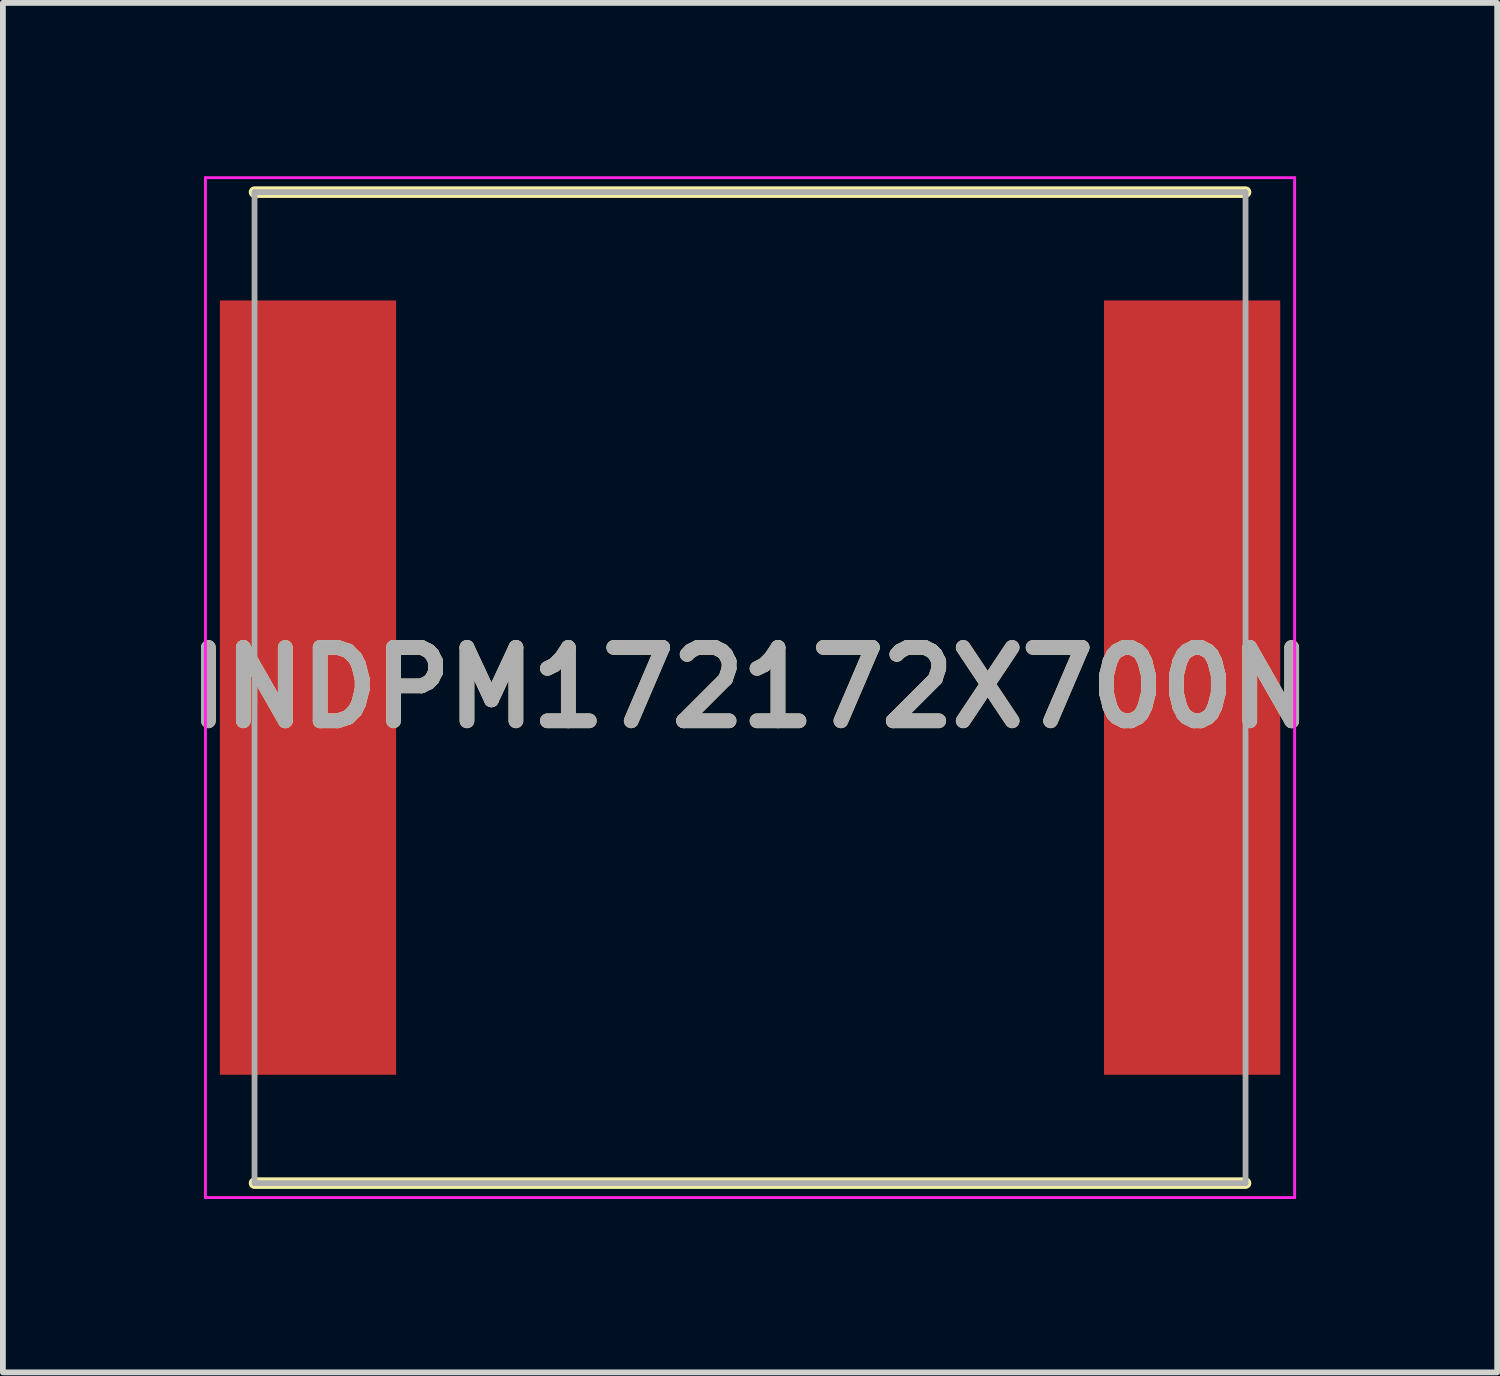
<source format=kicad_pcb>
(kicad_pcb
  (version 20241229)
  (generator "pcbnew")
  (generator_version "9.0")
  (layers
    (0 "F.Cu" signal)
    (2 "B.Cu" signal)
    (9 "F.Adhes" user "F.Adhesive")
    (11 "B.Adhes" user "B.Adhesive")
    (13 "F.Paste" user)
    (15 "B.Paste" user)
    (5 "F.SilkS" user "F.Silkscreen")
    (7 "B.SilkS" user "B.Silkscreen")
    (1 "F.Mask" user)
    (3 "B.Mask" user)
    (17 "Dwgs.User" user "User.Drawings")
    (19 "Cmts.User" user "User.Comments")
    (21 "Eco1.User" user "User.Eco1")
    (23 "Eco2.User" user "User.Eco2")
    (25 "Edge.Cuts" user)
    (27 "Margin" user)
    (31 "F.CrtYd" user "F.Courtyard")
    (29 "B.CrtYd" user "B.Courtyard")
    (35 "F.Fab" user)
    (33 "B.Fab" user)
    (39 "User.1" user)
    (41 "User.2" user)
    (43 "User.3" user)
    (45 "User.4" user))
  (footprint "INDPM172172X700N"
    (layer "F.Cu")
    (at 9.93 8.85)
    (property "Reference" "INDPM172172X700N" (at 0 0 0) (layer "F.SilkS") (effects (font (size 1.27 1.27) (thickness 0.254))))
    (attr smd)
    (fp_line (start -8.575 8.575) (end 8.575 8.575) (stroke (width 0.2) (type solid)) (layer "F.SilkS"))
    (fp_line (start 8.575 -8.575) (end -8.575 -8.575) (stroke (width 0.2) (type solid)) (layer "F.SilkS"))
    (fp_line (start -9.425 -8.825) (end 9.425 -8.825) (stroke (width 0.05) (type solid)) (layer "F.CrtYd"))
    (fp_line (start -9.425 8.825) (end -9.425 -8.825) (stroke (width 0.05) (type solid)) (layer "F.CrtYd"))
    (fp_line (start 9.425 -8.825) (end 9.425 8.825) (stroke (width 0.05) (type solid)) (layer "F.CrtYd"))
    (fp_line (start 9.425 8.825) (end -9.425 8.825) (stroke (width 0.05) (type solid)) (layer "F.CrtYd"))
    (fp_line (start -8.575 -8.575) (end 8.575 -8.575) (stroke (width 0.1) (type solid)) (layer "F.Fab"))
    (fp_line (start -8.575 8.575) (end -8.575 -8.575) (stroke (width 0.1) (type solid)) (layer "F.Fab"))
    (fp_line (start 8.575 -8.575) (end 8.575 8.575) (stroke (width 0.1) (type solid)) (layer "F.Fab"))
    (fp_line (start 8.575 8.575) (end -8.575 8.575) (stroke (width 0.1) (type solid)) (layer "F.Fab"))
    (fp_text user "${REFERENCE}" (at 0 0 0) (layer "F.Fab") (effects (font (size 1.27 1.27) (thickness 0.254))))
    (pad "1" smd rect (at -7.65 0) (size 3.05 13.4) (layers "F.Cu" "F.Mask" "F.Paste"))
    (pad "2" smd rect (at 7.65 0) (size 3.05 13.4) (layers "F.Cu" "F.Mask" "F.Paste")))
  (gr_rect
    (start -3 -3)
    (end 22.86 20.7)
    (stroke (width 0.1) (type default))
    (fill no)
    (layer "Edge.Cuts")))
</source>
